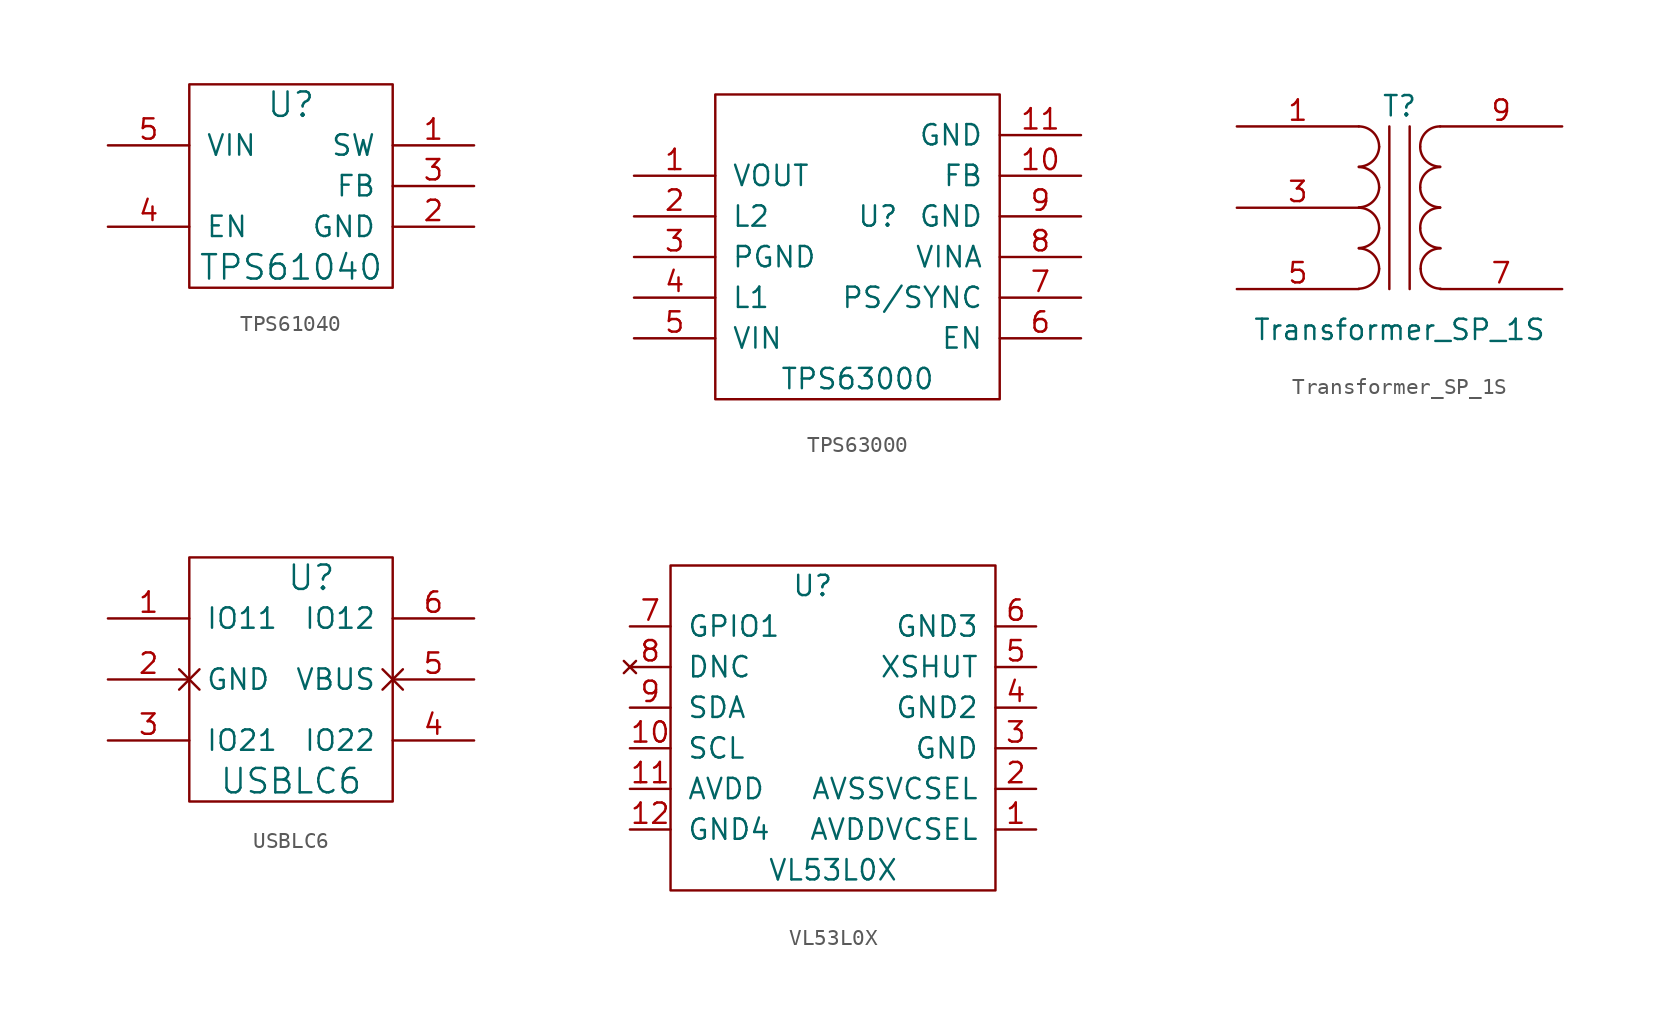
<source format=kicad_sym>
(kicad_symbol_lib
  (version 20220914)
  (generator kicad_symbol_editor)
  (symbol "TPS61040"
    (pin_names
      (offset 1.016))
    (property "Reference" "U"
      (at 0 5.08 0)
      (effects (font (size 1.524 1.524))))
    (property "Value" "TPS61040"
      (at 0 -5.08 0)
      (effects (font (size 1.524 1.524))))
    (symbol "TPS61040_0_1"
      (rectangle (start -6.35 6.35) (end 6.35 -6.35) (stroke (width 0) (type default)) (fill (type none))))
    (symbol "TPS61040_1_1"
      (pin input line (at 11.43 2.54 180) (length 5.08) (name "SW" (effects (font (size 1.27 1.27)))) (number "1" (effects (font (size 1.27 1.27)))))
      (pin input line (at 11.43 -2.54 180) (length 5.08) (name "GND" (effects (font (size 1.27 1.27)))) (number "2" (effects (font (size 1.27 1.27)))))
      (pin input line (at 11.43 0 180) (length 5.08) (name "FB" (effects (font (size 1.27 1.27)))) (number "3" (effects (font (size 1.27 1.27)))))
      (pin input line (at -11.43 -2.54 0) (length 5.08) (name "EN" (effects (font (size 1.27 1.27)))) (number "4" (effects (font (size 1.27 1.27)))))
      (pin input line (at -11.43 2.54 0) (length 5.08) (name "VIN" (effects (font (size 1.27 1.27)))) (number "5" (effects (font (size 1.27 1.27)))))))
  (symbol "TPS63000"
    (pin_names
      (offset 1.016))
    (property "Reference" "U"
      (at 1.27 2.54 0)
      (effects (font (size 1.27 1.27))))
    (property "Value" "TPS63000"
      (at 0 -7.62 0)
      (effects (font (size 1.27 1.27))))
    (symbol "TPS63000_0_1"
      (rectangle (start -8.89 10.16) (end 8.89 -8.89) (stroke (width 0) (type default)) (fill (type none))))
    (symbol "TPS63000_1_1"
      (pin output line (at -13.97 5.08 0) (length 5.08) (name "VOUT" (effects (font (size 1.27 1.27)))) (number "1" (effects (font (size 1.27 1.27)))))
      (pin input line (at 13.97 5.08 180) (length 5.08) (name "FB" (effects (font (size 1.27 1.27)))) (number "10" (effects (font (size 1.27 1.27)))))
      (pin input line (at 13.97 7.62 180) (length 5.08) (name "GND" (effects (font (size 1.27 1.27)))) (number "11" (effects (font (size 1.27 1.27)))))
      (pin input line (at -13.97 2.54 0) (length 5.08) (name "L2" (effects (font (size 1.27 1.27)))) (number "2" (effects (font (size 1.27 1.27)))))
      (pin input line (at -13.97 0 0) (length 5.08) (name "PGND" (effects (font (size 1.27 1.27)))) (number "3" (effects (font (size 1.27 1.27)))))
      (pin input line (at -13.97 -2.54 0) (length 5.08) (name "L1" (effects (font (size 1.27 1.27)))) (number "4" (effects (font (size 1.27 1.27)))))
      (pin input line (at -13.97 -5.08 0) (length 5.08) (name "VIN" (effects (font (size 1.27 1.27)))) (number "5" (effects (font (size 1.27 1.27)))))
      (pin input line (at 13.97 -5.08 180) (length 5.08) (name "EN" (effects (font (size 1.27 1.27)))) (number "6" (effects (font (size 1.27 1.27)))))
      (pin input line (at 13.97 -2.54 180) (length 5.08) (name "PS/SYNC" (effects (font (size 1.27 1.27)))) (number "7" (effects (font (size 1.27 1.27)))))
      (pin input line (at 13.97 0 180) (length 5.08) (name "VINA" (effects (font (size 1.27 1.27)))) (number "8" (effects (font (size 1.27 1.27)))))
      (pin input line (at 13.97 2.54 180) (length 5.08) (name "GND" (effects (font (size 1.27 1.27)))) (number "9" (effects (font (size 1.27 1.27)))))))
  (symbol "Transformer_SP_1S"
    (pin_names
      (offset 1.016) hide)
    (property "Reference" "T"
      (at 0 6.35 0)
      (effects (font (size 1.27 1.27))))
    (property "Value" "Transformer_SP_1S"
      (at 0 -7.62 0)
      (effects (font (size 1.27 1.27))))
    (symbol "Transformer_SP_1S_0_1"
      (arc (start -2.54 -5.0546) (mid -1.6599 -4.6901) (end -1.27 -3.81) (stroke (width 0) (type default)) (fill (type none)))
      (arc (start -2.54 -2.5146) (mid -1.6599 -2.1501) (end -1.27 -1.27) (stroke (width 0) (type default)) (fill (type none)))
      (arc (start -2.54 0.0254) (mid -1.6599 0.3899) (end -1.27 1.27) (stroke (width 0) (type default)) (fill (type none)))
      (arc (start -2.54 2.5654) (mid -1.6599 2.9299) (end -1.27 3.81) (stroke (width 0) (type default)) (fill (type none)))
      (arc (start -1.27 -3.81) (mid -1.642 -2.912) (end -2.54 -2.54) (stroke (width 0) (type default)) (fill (type none)))
      (arc (start -1.27 -1.27) (mid -1.642 -0.372) (end -2.54 0) (stroke (width 0) (type default)) (fill (type none)))
      (arc (start -1.27 1.27) (mid -1.642 2.168) (end -2.54 2.54) (stroke (width 0) (type default)) (fill (type none)))
      (arc (start -1.27 3.81) (mid -1.642 4.708) (end -2.54 5.08) (stroke (width 0) (type default)) (fill (type none)))
      (polyline (pts (xy -0.635 5.08) (xy -0.635 -5.08)) (stroke (width 0) (type default)) (fill (type none)))
      (polyline (pts (xy 0.635 -5.08) (xy 0.635 5.08)) (stroke (width 0) (type default)) (fill (type none)))
      (arc (start 1.2954 -1.27) (mid 1.6599 -2.1501) (end 2.54 -2.5146) (stroke (width 0) (type default)) (fill (type none)))
      (arc (start 1.2954 1.27) (mid 1.6599 0.3899) (end 2.54 0.0254) (stroke (width 0) (type default)) (fill (type none)))
      (arc (start 1.2954 3.81) (mid 1.6599 2.9299) (end 2.54 2.5654) (stroke (width 0) (type default)) (fill (type none)))
      (arc (start 1.3208 -3.81) (mid 1.6853 -4.6901) (end 2.5654 -5.0546) (stroke (width 0) (type default)) (fill (type none)))
      (arc (start 2.54 0) (mid 1.642 -0.372) (end 1.2954 -1.27) (stroke (width 0) (type default)) (fill (type none)))
      (arc (start 2.54 2.54) (mid 1.642 2.168) (end 1.2954 1.27) (stroke (width 0) (type default)) (fill (type none)))
      (arc (start 2.54 5.08) (mid 1.642 4.708) (end 1.2954 3.81) (stroke (width 0) (type default)) (fill (type none)))
      (arc (start 2.5654 -2.54) (mid 1.6674 -2.912) (end 1.3208 -3.81) (stroke (width 0) (type default)) (fill (type none))))
    (symbol "Transformer_SP_1S_1_1"
      (pin passive line (at -10.16 5.08 0) (length 7.62) (name "PR1" (effects (font (size 1.27 1.27)))) (number "1" (effects (font (size 1.27 1.27)))))
      (pin passive line (at -10.16 0 0) (length 7.62) (name "PM" (effects (font (size 1.27 1.27)))) (number "3" (effects (font (size 1.27 1.27)))))
      (pin passive line (at -10.16 -5.08 0) (length 7.62) (name "PR2" (effects (font (size 1.27 1.27)))) (number "5" (effects (font (size 1.27 1.27)))))
      (pin passive line (at 10.16 -5.08 180) (length 7.62) (name "S1" (effects (font (size 1.27 1.27)))) (number "7" (effects (font (size 1.27 1.27)))))
      (pin passive line (at 10.16 5.08 180) (length 7.62) (name "S2" (effects (font (size 1.27 1.27)))) (number "9" (effects (font (size 1.27 1.27)))))))
  (symbol "USBLC6"
    (pin_names
      (offset 1.016))
    (property "Reference" "U"
      (at 1.27 6.35 0)
      (effects (font (size 1.524 1.524))))
    (property "Value" "USBLC6"
      (at 0 -6.35 0)
      (effects (font (size 1.524 1.524))))
    (property "Footprint" ""
      (at 0 0 0)
      (effects (font (size 1.524 1.524))))
    (property "Datasheet" ""
      (at 0 0 0)
      (effects (font (size 1.524 1.524))))
    (symbol "USBLC6_0_1"
      (rectangle (start -6.35 7.62) (end 6.35 -7.62) (stroke (width 0) (type default)) (fill (type none))))
    (symbol "USBLC6_1_1"
      (pin bidirectional line (at -11.43 3.81 0) (length 5.08) (name "IO11" (effects (font (size 1.27 1.27)))) (number "1" (effects (font (size 1.27 1.27)))))
      (pin power_in non_logic (at -11.43 0 0) (length 5.08) (name "GND" (effects (font (size 1.27 1.27)))) (number "2" (effects (font (size 1.27 1.27)))))
      (pin bidirectional line (at -11.43 -3.81 0) (length 5.08) (name "IO21" (effects (font (size 1.27 1.27)))) (number "3" (effects (font (size 1.27 1.27)))))
      (pin bidirectional line (at 11.43 -3.81 180) (length 5.08) (name "IO22" (effects (font (size 1.27 1.27)))) (number "4" (effects (font (size 1.27 1.27)))))
      (pin power_in non_logic (at 11.43 0 180) (length 5.08) (name "VBUS" (effects (font (size 1.27 1.27)))) (number "5" (effects (font (size 1.27 1.27)))))
      (pin bidirectional line (at 11.43 3.81 180) (length 5.08) (name "IO12" (effects (font (size 1.27 1.27)))) (number "6" (effects (font (size 1.27 1.27)))))))
  (symbol "VL53L0X"
    (pin_names
      (offset 1.016))
    (property "Reference" "U"
      (at -1.27 8.89 0)
      (effects (font (size 1.27 1.27))))
    (property "Value" "VL53L0X"
      (at 0 -8.89 0)
      (effects (font (size 1.27 1.27))))
    (symbol "VL53L0X_0_1"
      (rectangle (start -10.16 10.16) (end 10.16 -10.16) (stroke (width 0) (type default)) (fill (type none))))
    (symbol "VL53L0X_1_1"
      (pin power_in line (at 12.7 -6.35 180) (length 2.54) (name "AVDDVCSEL" (effects (font (size 1.27 1.27)))) (number "1" (effects (font (size 1.27 1.27)))))
      (pin input line (at -12.7 -1.27 0) (length 2.54) (name "SCL" (effects (font (size 1.27 1.27)))) (number "10" (effects (font (size 1.27 1.27)))))
      (pin power_in line (at -12.7 -3.81 0) (length 2.54) (name "AVDD" (effects (font (size 1.27 1.27)))) (number "11" (effects (font (size 1.27 1.27)))))
      (pin power_in line (at -12.7 -6.35 0) (length 2.54) (name "GND4" (effects (font (size 1.27 1.27)))) (number "12" (effects (font (size 1.27 1.27)))))
      (pin power_in line (at 12.7 -3.81 180) (length 2.54) (name "AVSSVCSEL" (effects (font (size 1.27 1.27)))) (number "2" (effects (font (size 1.27 1.27)))))
      (pin power_in line (at 12.7 -1.27 180) (length 2.54) (name "GND" (effects (font (size 1.27 1.27)))) (number "3" (effects (font (size 1.27 1.27)))))
      (pin power_in line (at 12.7 1.27 180) (length 2.54) (name "GND2" (effects (font (size 1.27 1.27)))) (number "4" (effects (font (size 1.27 1.27)))))
      (pin input line (at 12.7 3.81 180) (length 2.54) (name "XSHUT" (effects (font (size 1.27 1.27)))) (number "5" (effects (font (size 1.27 1.27)))))
      (pin power_in line (at 12.7 6.35 180) (length 2.54) (name "GND3" (effects (font (size 1.27 1.27)))) (number "6" (effects (font (size 1.27 1.27)))))
      (pin output line (at -12.7 6.35 0) (length 2.54) (name "GPIO1" (effects (font (size 1.27 1.27)))) (number "7" (effects (font (size 1.27 1.27)))))
      (pin no_connect line (at -12.7 3.81 0) (length 2.54) (name "DNC" (effects (font (size 1.27 1.27)))) (number "8" (effects (font (size 1.27 1.27)))))
      (pin bidirectional line (at -12.7 1.27 0) (length 2.54) (name "SDA" (effects (font (size 1.27 1.27)))) (number "9" (effects (font (size 1.27 1.27))))))))
</source>
